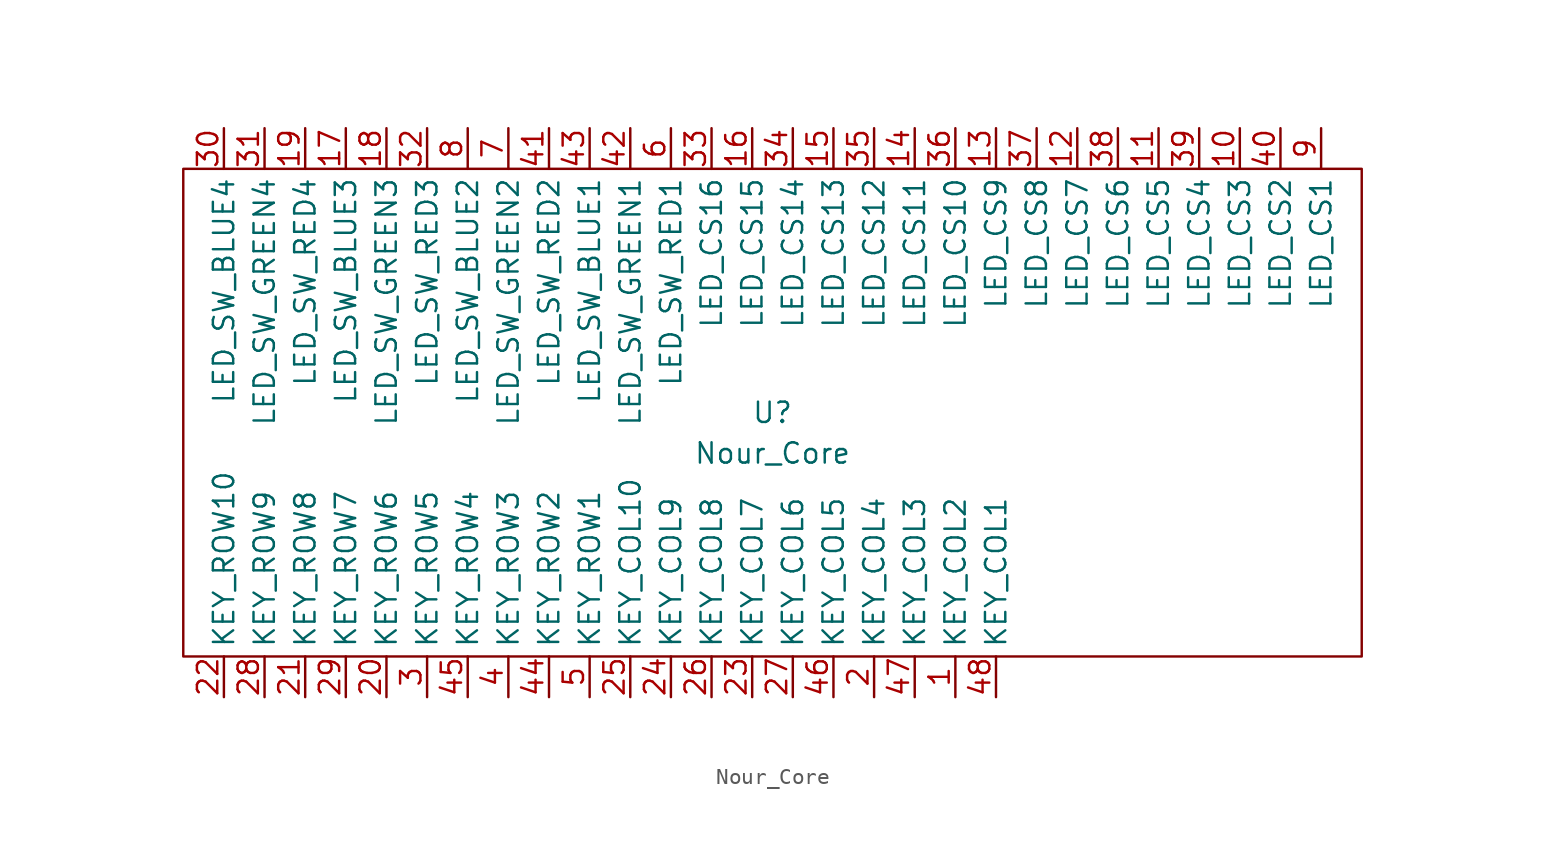
<source format=kicad_sym>
(kicad_symbol_lib
  (version 20211014)
  (generator kicad_symbol_editor)
  (symbol "Nour_Core"
    (property "Reference" "U"
      (at 0 0 0)
      (effects (font (size 1.27 1.27))))
    (property "Value" "Nour_Core"
      (at 0 -2.54 0)
      (effects (font (size 1.27 1.27))))
    (symbol "Nour_Core_0_1"
      (rectangle (start -36.83 15.24) (end 36.83 -15.24) (stroke (width 0.152) (type default) (color 0 0 0 0)) (fill (type none))))
    (symbol "Nour_Core_1_1"
      (pin passive line (at 11.43 -17.78 90) (length 2.54) (name "KEY_COL2" (effects (font (size 1.27 1.27)))) (number "1" (effects (font (size 1.27 1.27)))))
      (pin passive line (at 29.21 17.78 270) (length 2.54) (name "LED_CS3" (effects (font (size 1.27 1.27)))) (number "10" (effects (font (size 1.27 1.27)))))
      (pin passive line (at 24.13 17.78 270) (length 2.54) (name "LED_CS5" (effects (font (size 1.27 1.27)))) (number "11" (effects (font (size 1.27 1.27)))))
      (pin passive line (at 19.05 17.78 270) (length 2.54) (name "LED_CS7" (effects (font (size 1.27 1.27)))) (number "12" (effects (font (size 1.27 1.27)))))
      (pin passive line (at 13.97 17.78 270) (length 2.54) (name "LED_CS9" (effects (font (size 1.27 1.27)))) (number "13" (effects (font (size 1.27 1.27)))))
      (pin passive line (at 8.89 17.78 270) (length 2.54) (name "LED_CS11" (effects (font (size 1.27 1.27)))) (number "14" (effects (font (size 1.27 1.27)))))
      (pin passive line (at 3.81 17.78 270) (length 2.54) (name "LED_CS13" (effects (font (size 1.27 1.27)))) (number "15" (effects (font (size 1.27 1.27)))))
      (pin passive line (at -1.27 17.78 270) (length 2.54) (name "LED_CS15" (effects (font (size 1.27 1.27)))) (number "16" (effects (font (size 1.27 1.27)))))
      (pin passive line (at -26.67 17.78 270) (length 2.54) (name "LED_SW_BLUE3" (effects (font (size 1.27 1.27)))) (number "17" (effects (font (size 1.27 1.27)))))
      (pin passive line (at -24.13 17.78 270) (length 2.54) (name "LED_SW_GREEN3" (effects (font (size 1.27 1.27)))) (number "18" (effects (font (size 1.27 1.27)))))
      (pin passive line (at -29.21 17.78 270) (length 2.54) (name "LED_SW_RED4" (effects (font (size 1.27 1.27)))) (number "19" (effects (font (size 1.27 1.27)))))
      (pin passive line (at 6.35 -17.78 90) (length 2.54) (name "KEY_COL4" (effects (font (size 1.27 1.27)))) (number "2" (effects (font (size 1.27 1.27)))))
      (pin passive line (at -24.13 -17.78 90) (length 2.54) (name "KEY_ROW6" (effects (font (size 1.27 1.27)))) (number "20" (effects (font (size 1.27 1.27)))))
      (pin passive line (at -29.21 -17.78 90) (length 2.54) (name "KEY_ROW8" (effects (font (size 1.27 1.27)))) (number "21" (effects (font (size 1.27 1.27)))))
      (pin passive line (at -34.29 -17.78 90) (length 2.54) (name "KEY_ROW10" (effects (font (size 1.27 1.27)))) (number "22" (effects (font (size 1.27 1.27)))))
      (pin passive line (at -1.27 -17.78 90) (length 2.54) (name "KEY_COL7" (effects (font (size 1.27 1.27)))) (number "23" (effects (font (size 1.27 1.27)))))
      (pin passive line (at -6.35 -17.78 90) (length 2.54) (name "KEY_COL9" (effects (font (size 1.27 1.27)))) (number "24" (effects (font (size 1.27 1.27)))))
      (pin passive line (at -8.89 -17.78 90) (length 2.54) (name "KEY_COL10" (effects (font (size 1.27 1.27)))) (number "25" (effects (font (size 1.27 1.27)))))
      (pin passive line (at -3.81 -17.78 90) (length 2.54) (name "KEY_COL8" (effects (font (size 1.27 1.27)))) (number "26" (effects (font (size 1.27 1.27)))))
      (pin passive line (at 1.27 -17.78 90) (length 2.54) (name "KEY_COL6" (effects (font (size 1.27 1.27)))) (number "27" (effects (font (size 1.27 1.27)))))
      (pin passive line (at -31.75 -17.78 90) (length 2.54) (name "KEY_ROW9" (effects (font (size 1.27 1.27)))) (number "28" (effects (font (size 1.27 1.27)))))
      (pin passive line (at -26.67 -17.78 90) (length 2.54) (name "KEY_ROW7" (effects (font (size 1.27 1.27)))) (number "29" (effects (font (size 1.27 1.27)))))
      (pin passive line (at -21.59 -17.78 90) (length 2.54) (name "KEY_ROW5" (effects (font (size 1.27 1.27)))) (number "3" (effects (font (size 1.27 1.27)))))
      (pin passive line (at -34.29 17.78 270) (length 2.54) (name "LED_SW_BLUE4" (effects (font (size 1.27 1.27)))) (number "30" (effects (font (size 1.27 1.27)))))
      (pin passive line (at -31.75 17.78 270) (length 2.54) (name "LED_SW_GREEN4" (effects (font (size 1.27 1.27)))) (number "31" (effects (font (size 1.27 1.27)))))
      (pin passive line (at -21.59 17.78 270) (length 2.54) (name "LED_SW_RED3" (effects (font (size 1.27 1.27)))) (number "32" (effects (font (size 1.27 1.27)))))
      (pin passive line (at -3.81 17.78 270) (length 2.54) (name "LED_CS16" (effects (font (size 1.27 1.27)))) (number "33" (effects (font (size 1.27 1.27)))))
      (pin passive line (at 1.27 17.78 270) (length 2.54) (name "LED_CS14" (effects (font (size 1.27 1.27)))) (number "34" (effects (font (size 1.27 1.27)))))
      (pin passive line (at 6.35 17.78 270) (length 2.54) (name "LED_CS12" (effects (font (size 1.27 1.27)))) (number "35" (effects (font (size 1.27 1.27)))))
      (pin passive line (at 11.43 17.78 270) (length 2.54) (name "LED_CS10" (effects (font (size 1.27 1.27)))) (number "36" (effects (font (size 1.27 1.27)))))
      (pin passive line (at 16.51 17.78 270) (length 2.54) (name "LED_CS8" (effects (font (size 1.27 1.27)))) (number "37" (effects (font (size 1.27 1.27)))))
      (pin passive line (at 21.59 17.78 270) (length 2.54) (name "LED_CS6" (effects (font (size 1.27 1.27)))) (number "38" (effects (font (size 1.27 1.27)))))
      (pin passive line (at 26.67 17.78 270) (length 2.54) (name "LED_CS4" (effects (font (size 1.27 1.27)))) (number "39" (effects (font (size 1.27 1.27)))))
      (pin passive line (at -16.51 -17.78 90) (length 2.54) (name "KEY_ROW3" (effects (font (size 1.27 1.27)))) (number "4" (effects (font (size 1.27 1.27)))))
      (pin passive line (at 31.75 17.78 270) (length 2.54) (name "LED_CS2" (effects (font (size 1.27 1.27)))) (number "40" (effects (font (size 1.27 1.27)))))
      (pin passive line (at -13.97 17.78 270) (length 2.54) (name "LED_SW_RED2" (effects (font (size 1.27 1.27)))) (number "41" (effects (font (size 1.27 1.27)))))
      (pin passive line (at -8.89 17.78 270) (length 2.54) (name "LED_SW_GREEN1" (effects (font (size 1.27 1.27)))) (number "42" (effects (font (size 1.27 1.27)))))
      (pin passive line (at -11.43 17.78 270) (length 2.54) (name "LED_SW_BLUE1" (effects (font (size 1.27 1.27)))) (number "43" (effects (font (size 1.27 1.27)))))
      (pin passive line (at -13.97 -17.78 90) (length 2.54) (name "KEY_ROW2" (effects (font (size 1.27 1.27)))) (number "44" (effects (font (size 1.27 1.27)))))
      (pin passive line (at -19.05 -17.78 90) (length 2.54) (name "KEY_ROW4" (effects (font (size 1.27 1.27)))) (number "45" (effects (font (size 1.27 1.27)))))
      (pin passive line (at 3.81 -17.78 90) (length 2.54) (name "KEY_COL5" (effects (font (size 1.27 1.27)))) (number "46" (effects (font (size 1.27 1.27)))))
      (pin passive line (at 8.89 -17.78 90) (length 2.54) (name "KEY_COL3" (effects (font (size 1.27 1.27)))) (number "47" (effects (font (size 1.27 1.27)))))
      (pin passive line (at 13.97 -17.78 90) (length 2.54) (name "KEY_COL1" (effects (font (size 1.27 1.27)))) (number "48" (effects (font (size 1.27 1.27)))))
      (pin passive line (at -11.43 -17.78 90) (length 2.54) (name "KEY_ROW1" (effects (font (size 1.27 1.27)))) (number "5" (effects (font (size 1.27 1.27)))))
      (pin passive line (at -6.35 17.78 270) (length 2.54) (name "LED_SW_RED1" (effects (font (size 1.27 1.27)))) (number "6" (effects (font (size 1.27 1.27)))))
      (pin passive line (at -16.51 17.78 270) (length 2.54) (name "LED_SW_GREEN2" (effects (font (size 1.27 1.27)))) (number "7" (effects (font (size 1.27 1.27)))))
      (pin passive line (at -19.05 17.78 270) (length 2.54) (name "LED_SW_BLUE2" (effects (font (size 1.27 1.27)))) (number "8" (effects (font (size 1.27 1.27)))))
      (pin passive line (at 34.29 17.78 270) (length 2.54) (name "LED_CS1" (effects (font (size 1.27 1.27)))) (number "9" (effects (font (size 1.27 1.27))))))))
</source>
